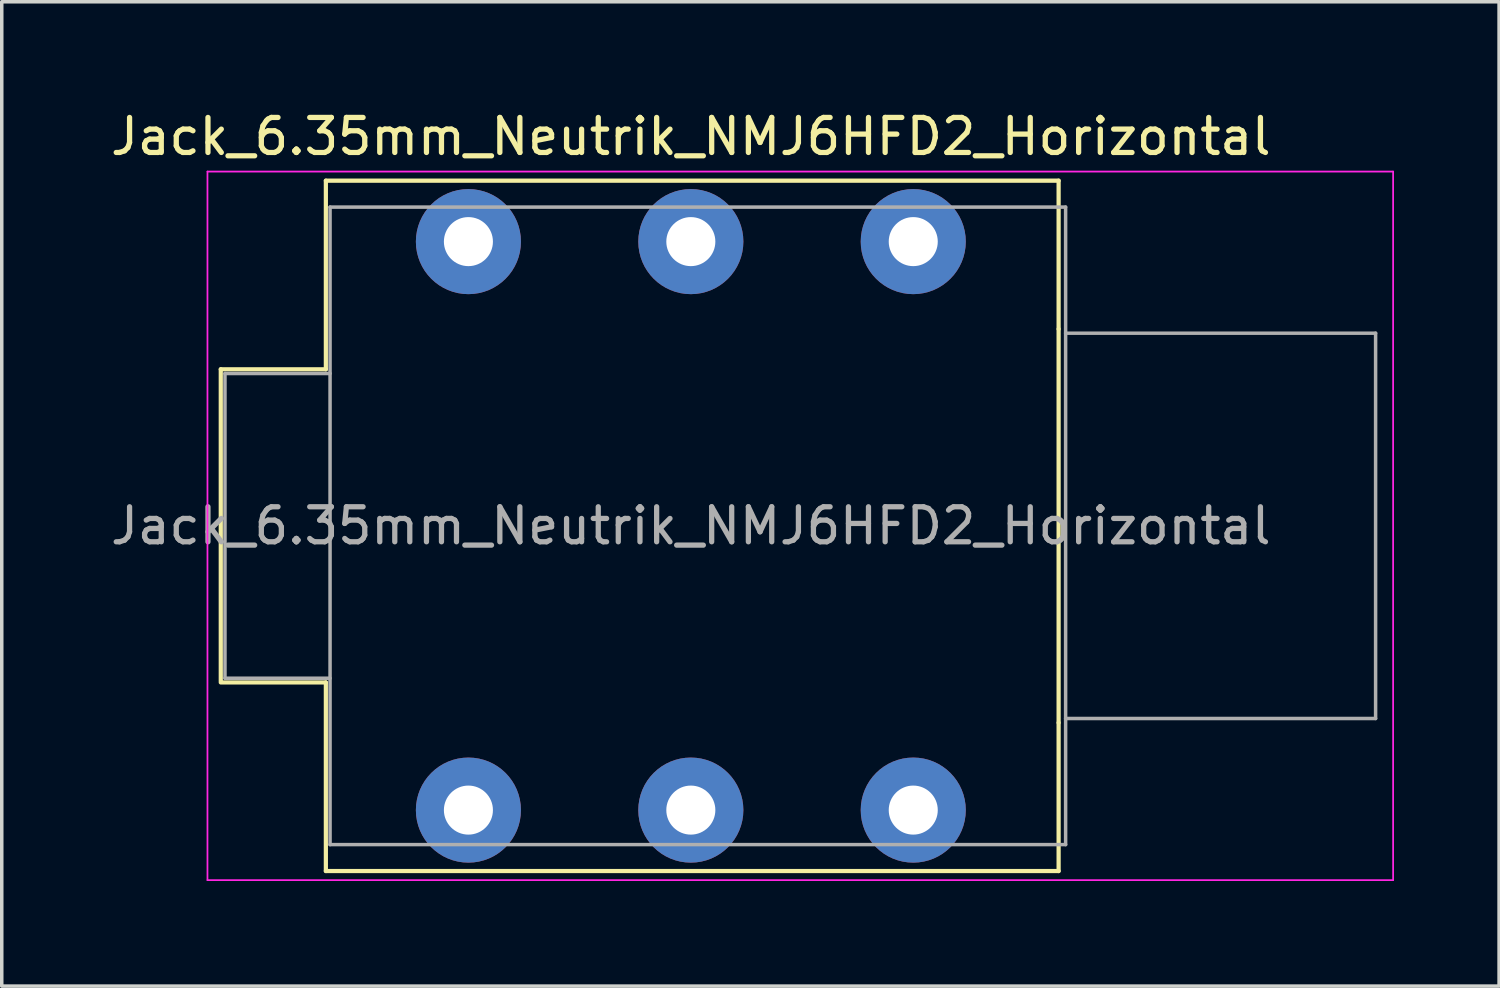
<source format=kicad_pcb>
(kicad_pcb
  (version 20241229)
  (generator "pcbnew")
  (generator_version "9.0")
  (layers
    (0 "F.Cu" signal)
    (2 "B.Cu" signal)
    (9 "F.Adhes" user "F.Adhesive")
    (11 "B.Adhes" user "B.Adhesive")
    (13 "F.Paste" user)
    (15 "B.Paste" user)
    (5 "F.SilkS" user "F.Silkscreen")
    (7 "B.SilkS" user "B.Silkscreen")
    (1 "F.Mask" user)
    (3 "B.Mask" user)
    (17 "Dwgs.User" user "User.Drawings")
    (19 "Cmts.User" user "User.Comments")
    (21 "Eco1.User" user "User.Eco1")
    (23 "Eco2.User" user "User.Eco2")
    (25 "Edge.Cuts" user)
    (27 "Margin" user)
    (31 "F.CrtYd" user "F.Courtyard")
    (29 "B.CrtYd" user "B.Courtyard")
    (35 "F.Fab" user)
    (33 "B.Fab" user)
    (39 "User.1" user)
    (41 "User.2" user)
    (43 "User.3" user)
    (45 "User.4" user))
  (footprint "Jack_6.35mm_Neutrik_NMJ6HFD2_Horizontal"
    (layer "F.Cu")
    (at 10.323 3.848)
    (property "Reference" "Jack_6.35mm_Neutrik_NMJ6HFD2_Horizontal" (at 6.35 -3 0) (layer "F.SilkS") (effects (font (size 1 1) (thickness 0.15))))
    (attr through_hole)
    (fp_line (start -7.07 3.645) (end -4.07 3.645) (stroke (width 0.12) (type solid)) (layer "F.SilkS"))
    (fp_line (start -7.07 12.545) (end -7.07 3.645) (stroke (width 0.12) (type solid)) (layer "F.SilkS"))
    (fp_line (start -7.07 12.585) (end -4.07 12.585) (stroke (width 0.12) (type solid)) (layer "F.SilkS"))
    (fp_line (start -4.07 3.645) (end -4.07 -1.74) (stroke (width 0.12) (type solid)) (layer "F.SilkS"))
    (fp_line (start -4.07 17.97) (end -4.07 12.585) (stroke (width 0.12) (type solid)) (layer "F.SilkS"))
    (fp_line (start 16.85 -1.74) (end -4.07 -1.74) (stroke (width 0.12) (type solid)) (layer "F.SilkS"))
    (fp_line (start 16.85 2.495) (end 16.85 -1.74) (stroke (width 0.12) (type solid)) (layer "F.SilkS"))
    (fp_line (start 16.85 13.735) (end 16.85 2.495) (stroke (width 0.12) (type solid)) (layer "F.SilkS"))
    (fp_line (start 16.85 17.97) (end -4.07 17.97) (stroke (width 0.12) (type solid)) (layer "F.SilkS"))
    (fp_line (start 16.85 17.97) (end 16.85 13.735) (stroke (width 0.12) (type solid)) (layer "F.SilkS"))
    (fp_line (start -7.45 18.23) (end -7.45 -2) (stroke (width 0.05) (type solid)) (layer "F.CrtYd"))
    (fp_line (start -7.45 18.23) (end 26.4 18.23) (stroke (width 0.05) (type solid)) (layer "F.CrtYd"))
    (fp_line (start 26.4 -2) (end -7.45 -2) (stroke (width 0.05) (type solid)) (layer "F.CrtYd"))
    (fp_line (start 26.4 18.23) (end 26.4 -2) (stroke (width 0.05) (type solid)) (layer "F.CrtYd"))
    (fp_line (start -6.95 3.765) (end -3.95 3.765) (stroke (width 0.1) (type solid)) (layer "F.Fab"))
    (fp_line (start -6.95 12.465) (end -6.95 3.765) (stroke (width 0.1) (type solid)) (layer "F.Fab"))
    (fp_line (start -6.95 12.465) (end -3.95 12.465) (stroke (width 0.1) (type solid)) (layer "F.Fab"))
    (fp_line (start -3.95 17.215) (end -3.95 -0.985) (stroke (width 0.1) (type solid)) (layer "F.Fab"))
    (fp_line (start 17.05 -0.985) (end -3.95 -0.985) (stroke (width 0.1) (type solid)) (layer "F.Fab"))
    (fp_line (start 17.05 17.215) (end -3.95 17.215) (stroke (width 0.1) (type solid)) (layer "F.Fab"))
    (fp_line (start 17.05 17.215) (end 17.05 -0.985) (stroke (width 0.1) (type solid)) (layer "F.Fab"))
    (fp_line (start 25.9 2.615) (end 17.05 2.615) (stroke (width 0.1) (type solid)) (layer "F.Fab"))
    (fp_line (start 25.9 13.615) (end 17.05 13.615) (stroke (width 0.1) (type solid)) (layer "F.Fab"))
    (fp_line (start 25.9 13.615) (end 25.9 2.615) (stroke (width 0.1) (type solid)) (layer "F.Fab"))
    (fp_text user "${REFERENCE}" (at 6.35 8.115 0) (layer "F.Fab") (effects (font (size 1 1) (thickness 0.15))))
    (pad "R" thru_hole circle (at 6.35 0) (size 3 3) (drill 1.4) (layers "*.Cu" "*.Mask"))
    (pad "RN" thru_hole circle (at 6.35 16.23) (size 3 3) (drill 1.4) (layers "*.Cu" "*.Mask"))
    (pad "S" thru_hole circle (at 12.7 0) (size 3 3) (drill 1.4) (layers "*.Cu" "*.Mask"))
    (pad "SN" thru_hole circle (at 12.7 16.23) (size 3 3) (drill 1.4) (layers "*.Cu" "*.Mask"))
    (pad "T" thru_hole circle (at 0 0) (size 3 3) (drill 1.4) (layers "*.Cu" "*.Mask"))
    (pad "TN" thru_hole circle (at 0 16.23) (size 3 3) (drill 1.4) (layers "*.Cu" "*.Mask")))
  (gr_rect
    (start -3 -3)
    (end 39.748 25.103)
    (stroke (width 0.1) (type default))
    (fill no)
    (layer "Edge.Cuts")))
</source>
